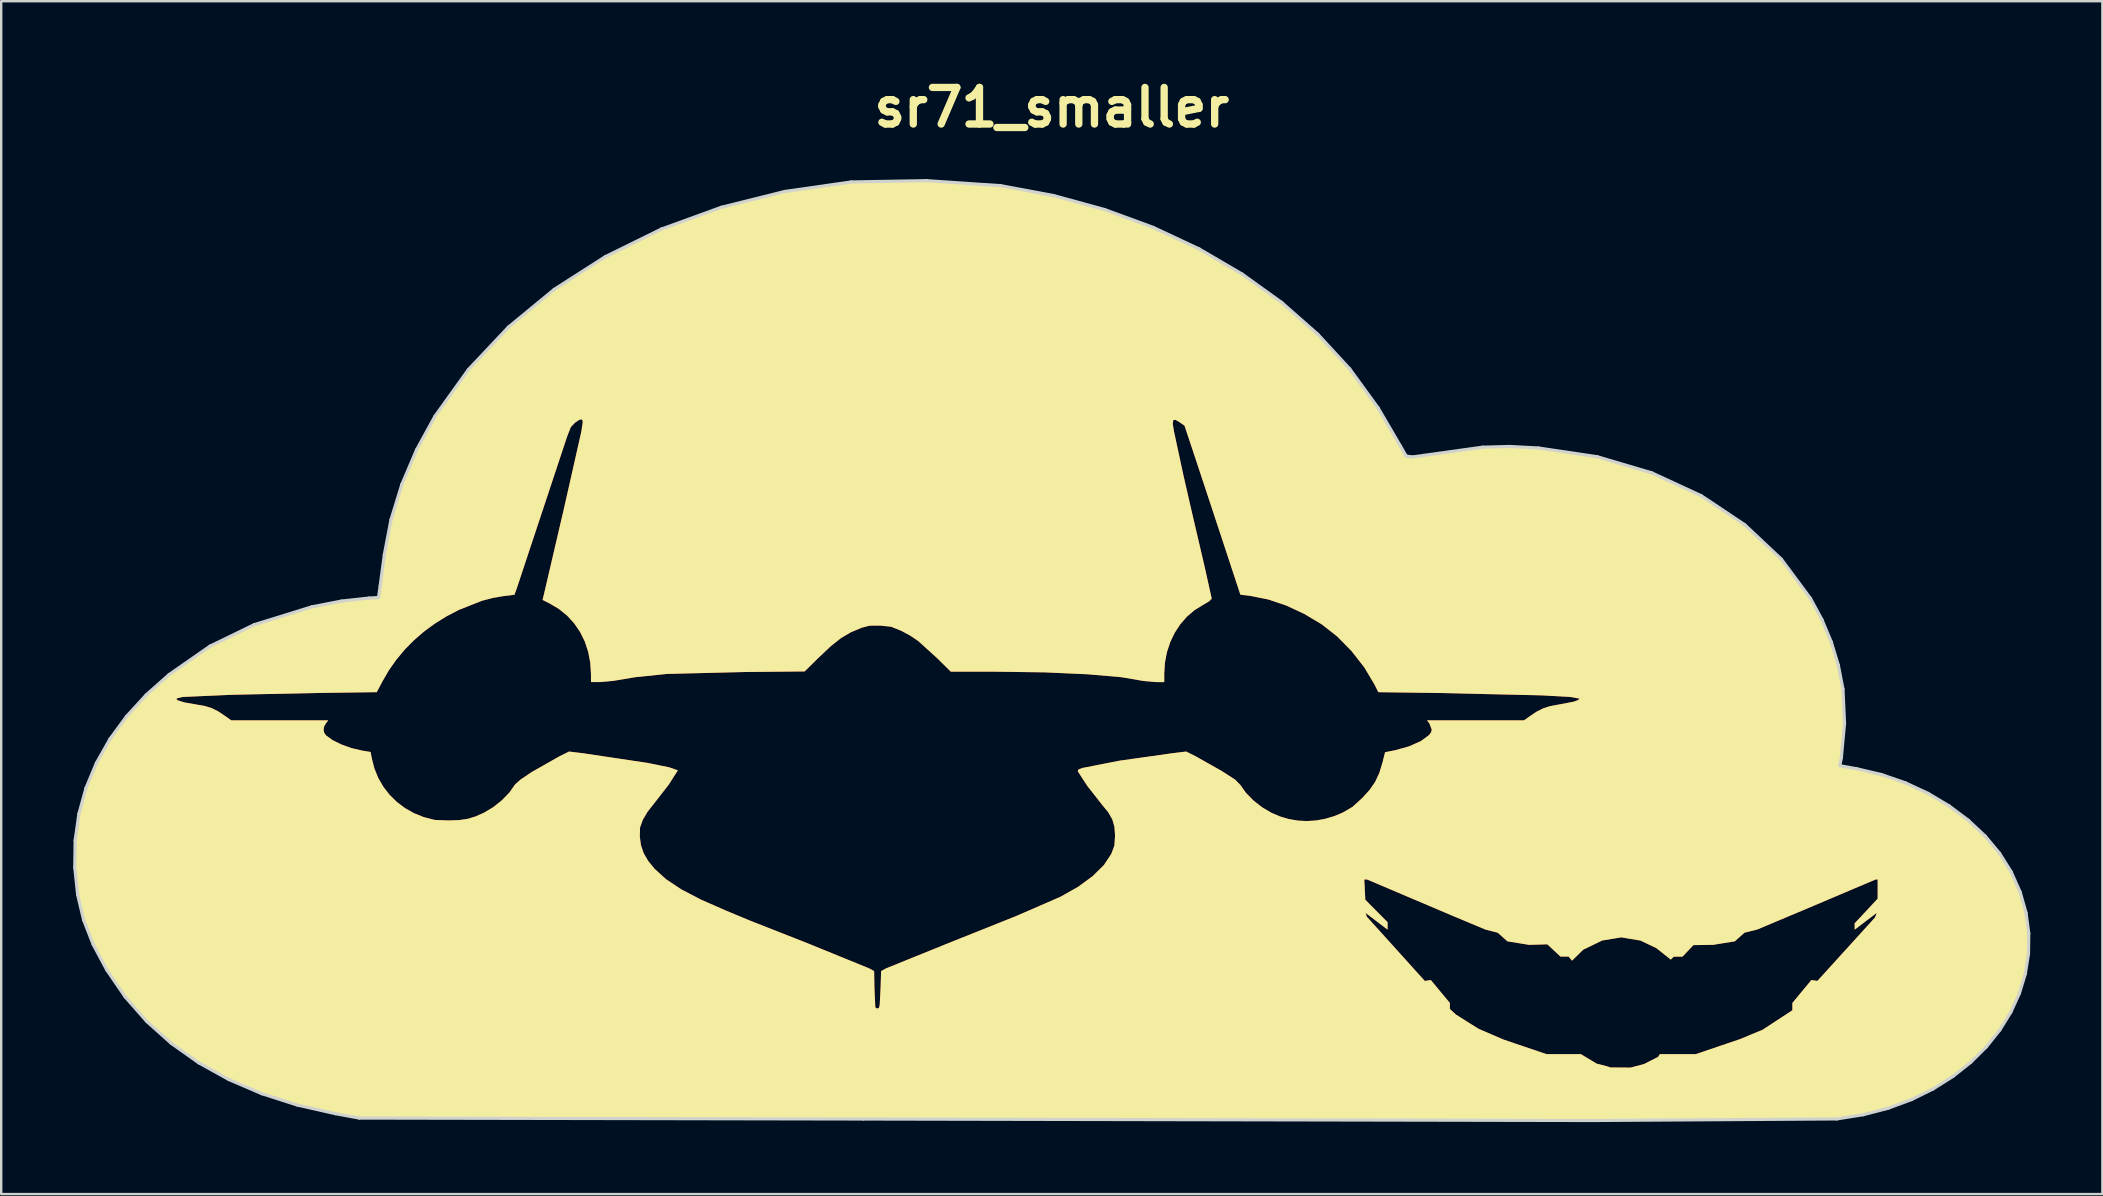
<source format=kicad_pcb>
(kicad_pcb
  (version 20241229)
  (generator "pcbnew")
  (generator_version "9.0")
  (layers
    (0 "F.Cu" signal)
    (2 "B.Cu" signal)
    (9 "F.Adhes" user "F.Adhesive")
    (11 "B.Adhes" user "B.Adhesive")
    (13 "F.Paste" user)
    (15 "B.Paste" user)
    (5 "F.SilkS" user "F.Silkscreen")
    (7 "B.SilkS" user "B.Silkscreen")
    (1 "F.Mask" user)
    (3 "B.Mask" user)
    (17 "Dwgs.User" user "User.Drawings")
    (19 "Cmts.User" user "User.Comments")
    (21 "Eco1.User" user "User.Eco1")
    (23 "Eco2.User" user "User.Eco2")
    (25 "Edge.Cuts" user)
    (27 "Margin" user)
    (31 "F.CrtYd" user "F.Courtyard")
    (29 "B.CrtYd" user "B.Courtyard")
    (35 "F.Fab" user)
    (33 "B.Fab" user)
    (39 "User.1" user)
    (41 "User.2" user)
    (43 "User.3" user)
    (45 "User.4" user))
  (footprint "sr71_smaller"
    (layer "F.Cu")
    (at 40.764 24.051)
    (property "Reference" "sr71_smaller" (at 0 -22.624 0) (layer "F.SilkS") (effects (font (size 1.524 1.524) (thickness 0.305))))
    (attr smd)
    (fp_poly (pts (xy -5.223 -19.576) (xy -19.595 -9.635) (xy -19.595 -9.635) (xy -19.551 -9.599) (xy -19.539 -9.503) (xy -19.601 -9.107) (xy -20.326 -5.899) (xy -20.422 -5.489) (xy -21.145 -2.388) (xy -21.213 -2.109) (xy -20.916 -1.96) (xy -20.531 -1.732) (xy -20.191 -1.456) (xy -19.897 -1.136) (xy -19.651 -0.776) (xy -19.455 -0.38) (xy -19.313 0.049) (xy -19.225 0.506) (xy -19.195 0.988) (xy -19.195 1.313) (xy -18.821 1.313) (xy -18.278 1.264) (xy -17.352 1.109) (xy -16.035 0.973) (xy -12.779 0.893) (xy -10.294 0.869) (xy -9.74 0.321) (xy -9.216 -0.173) (xy -8.788 -0.515) (xy -8.381 -0.757) (xy -7.919 -0.952) (xy -7.588 -1.038) (xy -7.147 -1.041) (xy -6.686 -0.992) (xy -6.266 -0.821) (xy -5.896 -0.623) (xy -5.562 -0.396) (xy -4.766 0.325) (xy -4.207 0.879) (xy -2.306 0.88) (xy -0.285 0.908) (xy 1.495 0.988) (xy 2.906 1.11) (xy 3.817 1.266) (xy 4.335 1.313) (xy 4.685 1.314) (xy 4.685 0.956) (xy 4.714 0.501) (xy 4.799 0.061) (xy 4.937 -0.356) (xy 5.124 -0.745) (xy 5.356 -1.099) (xy 5.631 -1.414) (xy 5.945 -1.682) (xy 6.295 -1.898) (xy 6.563 -2.057) (xy 6.663 -2.164) (xy 6.368 -3.491) (xy 6.003 -5.054) (xy 5.868 -5.633) (xy 5.728 -6.236) (xy 5.48 -7.322) (xy 5.087 -9.146) (xy 5.041 -9.447) (xy 5.058 -9.597) (xy 5.149 -9.614) (xy 5.324 -9.512) (xy 5.529 -9.368) (xy 5.994 -7.971) (xy 7.157 -4.451) (xy 7.856 -2.328) (xy 8.309 -2.271) (xy 9.025 -2.127) (xy 9.769 -1.876) (xy 10.517 -1.527) (xy 11.246 -1.092) (xy 11.885 -0.591) (xy 12.487 0.021) (xy 13.019 0.702) (xy 13.442 1.412) (xy 13.604 1.734) (xy 16.104 1.767) (xy 20.421 1.866) (xy 21.596 1.932) (xy 21.992 2.003) (xy 21.917 2.066) (xy 21.741 2.129) (xy 21.106 2.25) (xy 20.758 2.313) (xy 20.468 2.407) (xy 20.187 2.55) (xy 19.87 2.764) (xy 19.674 2.906) (xy 17.651 2.906) (xy 15.629 2.906) (xy 15.729 3.033) (xy 15.829 3.294) (xy 15.797 3.409) (xy 15.705 3.529) (xy 15.372 3.771) (xy 14.885 3.989) (xy 14.3 4.151) (xy 13.883 4.235) (xy 13.776 4.663) (xy 13.644 5.097) (xy 13.474 5.462) (xy 13.245 5.797) (xy 12.934 6.141) (xy 12.524 6.513) (xy 12.114 6.752) (xy 11.746 6.904) (xy 11.372 7.013) (xy 10.994 7.079) (xy 10.616 7.102) (xy 10.24 7.081) (xy 9.869 7.017) (xy 9.505 6.909) (xy 9.151 6.758) (xy 8.761 6.527) (xy 8.398 6.242) (xy 8.089 5.926) (xy 7.861 5.604) (xy 7.641 5.378) (xy 7.079 5.015) (xy 5.998 4.405) (xy 5.599 4.206) (xy 5.01 4.278) (xy 2.82 4.587) (xy 1.287 4.888) (xy 1.114 4.949) (xy 1.08 5.023) (xy 1.472 5.629) (xy 2.074 6.397) (xy 2.349 6.733) (xy 2.521 7.032) (xy 2.61 7.341) (xy 2.635 7.706) (xy 2.609 8.123) (xy 2.478 8.471) (xy 2.172 8.933) (xy 1.701 9.398) (xy 1.088 9.847) (xy 0.357 10.258) (xy -1.502 11.066) (xy -4.143 12.121) (xy -6.918 13.244) (xy -7.11 13.353) (xy -7.134 14.123) (xy -7.169 14.767) (xy -7.197 14.876) (xy -7.243 14.909) (xy -7.31 14.901) (xy -7.351 14.861) (xy -7.387 14.075) (xy -7.4 13.353) (xy -7.593 13.244) (xy -10.174 12.191) (xy -12.562 11.252) (xy -13.55 10.841) (xy -14.606 10.378) (xy -15.433 9.946) (xy -16.067 9.525) (xy -16.543 9.093) (xy -16.813 8.763) (xy -17 8.441) (xy -17.114 8.109) (xy -17.161 7.751) (xy -17.152 7.374) (xy -17.036 7.049) (xy -16.846 6.726) (xy -16.579 6.386) (xy -15.96 5.591) (xy -15.577 4.99) (xy -15.927 4.865) (xy -16.84 4.679) (xy -19.519 4.278) (xy -20.109 4.206) (xy -20.505 4.402) (xy -21.672 5.064) (xy -22.13 5.374) (xy -22.355 5.575) (xy -22.594 5.913) (xy -22.909 6.238) (xy -23.272 6.526) (xy -23.657 6.755) (xy -24.013 6.913) (xy -24.34 7.011) (xy -24.693 7.062) (xy -25.129 7.077) (xy -25.702 7.055) (xy -26.157 6.939) (xy -26.566 6.775) (xy -26.942 6.562) (xy -27.283 6.305) (xy -27.585 6.008) (xy -27.843 5.675) (xy -28.055 5.31) (xy -28.216 4.916) (xy -28.324 4.499) (xy -28.375 4.224) (xy -28.734 4.164) (xy -29.172 4.062) (xy -29.594 3.911) (xy -29.96 3.73) (xy -30.23 3.535) (xy -30.308 3.425) (xy -30.335 3.298) (xy -30.312 3.163) (xy -30.239 3.033) (xy -30.139 2.905) (xy -32.161 2.905) (xy -34.183 2.905) (xy -34.444 2.719) (xy -34.737 2.525) (xy -34.999 2.395) (xy -35.279 2.309) (xy -35.625 2.248) (xy -36.134 2.159) (xy -36.413 2.07) (xy -36.462 2.029) (xy -36.446 1.992) (xy -36.214 1.933) (xy -34.136 1.841) (xy -30.52 1.765) (xy -28.12 1.733) (xy -27.886 1.29) (xy -27.613 0.82) (xy -27.301 0.376) (xy -26.952 -0.042) (xy -26.567 -0.433) (xy -26.147 -0.795) (xy -25.694 -1.127) (xy -25.207 -1.429) (xy -24.689 -1.698) (xy -23.735 -2.075) (xy -23.279 -2.194) (xy -22.827 -2.271) (xy -22.383 -2.325) (xy -22.286 -2.592) (xy -20.192 -8.909) (xy -20.036 -9.308) (xy -19.853 -9.5) (xy -19.695 -9.603) (xy -19.595 -9.635) (xy -19.595 -9.635) (xy -19.595 -9.635) (xy -5.223 -19.576) (xy 33.05 10.074) (xy 34.319 9.536) (xy 34.361 9.535) (xy 34.403 9.535) (xy 34.403 9.935) (xy 34.403 10.335) (xy 33.924 10.849) (xy 33.445 11.362) (xy 33.445 11.494) (xy 33.445 11.627) (xy 33.906 11.276) (xy 34.367 10.925) (xy 34.329 11.022) (xy 34.292 11.119) (xy 33.093 12.44) (xy 31.894 13.76) (xy 31.768 13.742) (xy 31.642 13.724) (xy 31.246 14.202) (xy 30.851 14.679) (xy 30.851 14.832) (xy 30.851 14.984) (xy 30.231 15.389) (xy 29.611 15.795) (xy 29.135 15.992) (xy 28.66 16.189) (xy 27.745 16.499) (xy 26.831 16.81) (xy 26.08 16.81) (xy 25.331 16.81) (xy 25.295 16.867) (xy 25.259 16.925) (xy 24.967 17.073) (xy 24.675 17.222) (xy 24.393 17.297) (xy 24.111 17.372) (xy 23.688 17.369) (xy 23.689 17.369) (xy 23.266 17.365) (xy 23.209 17.344) (xy 23.153 17.324) (xy 22.926 17.265) (xy 22.699 17.207) (xy 22.369 17.008) (xy 22.039 16.81) (xy 21.321 16.81) (xy 20.603 16.81) (xy 19.707 16.506) (xy 18.811 16.201) (xy 18.292 15.977) (xy 17.774 15.754) (xy 17.305 15.459) (xy 16.836 15.162) (xy 16.71 15.046) (xy 16.583 14.929) (xy 16.583 14.804) (xy 16.583 14.679) (xy 16.187 14.202) (xy 15.791 13.724) (xy 15.665 13.743) (xy 15.539 13.762) (xy 14.332 12.424) (xy 13.124 11.086) (xy 13.098 11.007) (xy 13.071 10.928) (xy 13.53 11.277) (xy 13.989 11.626) (xy 13.989 11.47) (xy 13.989 11.314) (xy 13.525 10.847) (xy 13.061 10.38) (xy 13.039 9.958) (xy 13.018 9.535) (xy 13.018 9.535) (xy 13.074 9.535) (xy 13.132 9.535) (xy 14.871 10.274) (xy 16.611 11.013) (xy 17.343 11.32) (xy 18.075 11.626) (xy 18.326 11.689) (xy 18.577 11.753) (xy 18.778 11.932) (xy 18.979 12.112) (xy 19.431 12.185) (xy 19.882 12.259) (xy 20.263 12.248) (xy 20.643 12.237) (xy 20.917 12.493) (xy 21.191 12.749) (xy 21.361 12.749) (xy 21.532 12.749) (xy 21.602 12.834) (xy 21.672 12.918) (xy 21.905 12.69) (xy 22.137 12.461) (xy 22.532 12.27) (xy 22.927 12.078) (xy 23.327 12.012) (xy 23.726 11.947) (xy 24.125 12.014) (xy 24.523 12.081) (xy 24.853 12.238) (xy 25.183 12.395) (xy 25.485 12.634) (xy 25.786 12.874) (xy 25.848 12.812) (xy 25.91 12.75) (xy 26.092 12.75) (xy 26.274 12.75) (xy 26.502 12.51) (xy 26.73 12.27) (xy 27.141 12.264) (xy 27.552 12.258) (xy 28.003 12.185) (xy 28.454 12.112) (xy 28.655 11.932) (xy 28.856 11.753) (xy 29.123 11.686) (xy 29.39 11.619) (xy 30.586 11.116) (xy 31.781 10.613) (xy 33.05 10.074) (xy -5.223 -19.576) (xy -8.358 -19.521) (xy -11.124 -19.125) (xy -13.768 -18.466) (xy -16.266 -17.558) (xy -18.593 -16.413) (xy -20.725 -15.048) (xy -22.635 -13.475) (xy -24.3 -11.708) (xy -25.694 -9.762) (xy -26.46 -8.365) (xy -27.075 -6.92) (xy -27.526 -5.454) (xy -27.804 -3.998) (xy -27.978 -2.692) (xy -28.046 -2.21) (xy -28.447 -2.187) (xy -29.584 -2.063) (xy -30.816 -1.825) (xy -33.222 -1.081) (xy -35.064 -0.187) (xy -36.77 1) (xy -37.717 1.839) (xy -38.54 2.738) (xy -39.236 3.689) (xy -39.8 4.687) (xy -40.232 5.727) (xy -40.527 6.801) (xy -40.684 7.905) (xy -40.699 9.034) (xy -40.58 10.172) (xy -40.331 11.222) (xy -39.932 12.245) (xy -39.363 13.308) (xy -38.597 14.429) (xy -37.701 15.448) (xy -36.68 16.362) (xy -35.538 17.171) (xy -34.278 17.871) (xy -32.904 18.46) (xy -31.42 18.935) (xy -29.829 19.294) (xy -28.848 19.474) (xy -7.847 19.514) (xy 22.527 19.576) (xy 32.702 19.51) (xy 33.804 19.335) (xy 34.846 19.063) (xy 35.819 18.701) (xy 36.72 18.256) (xy 37.543 17.737) (xy 38.283 17.15) (xy 38.935 16.504) (xy 39.493 15.805) (xy 39.953 15.06) (xy 40.309 14.278) (xy 40.555 13.466) (xy 40.687 12.631) (xy 40.699 11.781) (xy 40.585 10.923) (xy 40.342 10.064) (xy 39.963 9.213) (xy 39.482 8.445) (xy 38.882 7.727) (xy 38.177 7.065) (xy 37.38 6.47) (xy 36.506 5.949) (xy 35.565 5.512) (xy 34.573 5.168) (xy 33.542 4.925) (xy 32.828 4.796) (xy 32.891 4.465) (xy 33.024 3.035) (xy 32.959 1.605) (xy 32.765 0.606) (xy 32.472 -0.359) (xy 32.084 -1.286) (xy 31.605 -2.172) (xy 30.392 -3.809) (xy 28.866 -5.243) (xy 27.058 -6.449) (xy 25.001 -7.401) (xy 22.73 -8.073) (xy 20.274 -8.439) (xy 19.077 -8.503) (xy 17.95 -8.473) (xy 15.008 -8.065) (xy 14.76 -8.108) (xy 14.518 -8.529) (xy 13.598 -10.104) (xy 12.412 -11.735) (xy 11.079 -13.18) (xy 9.581 -14.498) (xy 7.931 -15.684) (xy 6.143 -16.73) (xy 4.23 -17.627) (xy 2.206 -18.37) (xy 0.086 -18.952) (xy -2.12 -19.365) (xy -5.223 -19.576)) (stroke (width 0) (type solid)) (fill yes) (layer "F.Cu"))
    (fp_poly (pts (xy -6.989 4.594) (xy -5.928 5.631) (xy -7.006 5.623) (xy -6.989 4.594) (xy -6.989 4.594)) (stroke (width 0) (type solid)) (fill yes) (layer "F.Mask"))
    (fp_poly (pts (xy -7.522 4.594) (xy -7.488 5.112) (xy -7.496 5.631) (xy -8.039 5.645) (xy -8.582 5.636) (xy -7.522 4.593) (xy -7.522 4.594)) (stroke (width 0) (type solid)) (fill yes) (layer "F.Mask"))
    (fp_poly (pts (xy -5.735 3.005) (xy -5.627 3.168) (xy -5.169 3.815) (xy -4.819 4.529) (xy -5.268 5.51) (xy -6.109 4.727) (xy -6.892 3.943) (xy -6.579 3.62) (xy -6.173 3.268) (xy -5.908 3.122) (xy -5.735 3.005)) (stroke (width 0) (type solid)) (fill yes) (layer "F.Mask"))
    (fp_poly (pts (xy -8.78 3.071) (xy -8.495 3.182) (xy -7.915 3.634) (xy -7.622 3.943) (xy -8.403 4.727) (xy -9.242 5.51) (xy -9.416 5.353) (xy -9.69 4.533) (xy -9.299 3.749) (xy -8.846 3.129) (xy -8.78 3.071) (xy -8.78 3.071)) (stroke (width 0) (type solid)) (fill yes) (layer "F.Mask"))
    (fp_poly (pts (xy 10.611 0.658) (xy 9.302 1.651) (xy 9.945 1.396) (xy 10.621 1.32) (xy 10.621 1.32) (xy 10.621 1.32) (xy 11.186 1.369) (xy 11.718 1.56) (xy 12.446 2.069) (xy 12.966 2.786) (xy 13.176 3.467) (xy 13.211 4.183) (xy 12.967 5.074) (xy 12.592 5.643) (xy 12.079 6.092) (xy 11.093 6.507) (xy 10.087 6.51) (xy 9.159 6.125) (xy 8.438 5.434) (xy 8.031 4.472) (xy 7.978 3.764) (xy 8.11 3.067) (xy 8.359 2.545) (xy 8.731 2.1) (xy 9.302 1.651) (xy 10.611 0.658) (xy 9.812 0.742) (xy 9.242 0.972) (xy 8.595 1.419) (xy 8.135 1.92) (xy 7.788 2.574) (xy 7.615 3.231) (xy 7.605 3.985) (xy 7.755 4.667) (xy 8.094 5.328) (xy 8.526 5.845) (xy 9.131 6.292) (xy 9.769 6.577) (xy 10.657 6.667) (xy 11.437 6.574) (xy 12.043 6.322) (xy 12.639 5.895) (xy 13.157 5.299) (xy 13.493 4.583) (xy 13.64 3.775) (xy 13.564 2.957) (xy 13.239 2.159) (xy 12.701 1.486) (xy 12.117 1.044) (xy 11.446 0.757) (xy 10.611 0.658) (xy 10.611 0.658) (xy 10.611 0.658)) (stroke (width 0) (type solid)) (fill yes) (layer "F.Mask"))
    (fp_poly (pts (xy -25.024 0.648) (xy -24.85 1.316) (xy -24.585 1.338) (xy -24.335 1.387) (xy -24.007 1.501) (xy -23.691 1.662) (xy -23.395 1.866) (xy -23.125 2.106) (xy -22.886 2.375) (xy -22.687 2.667) (xy -22.533 2.974) (xy -22.431 3.291) (xy -22.39 3.601) (xy -22.382 3.98) (xy -22.404 4.354) (xy -22.456 4.646) (xy -22.591 5.005) (xy -22.774 5.337) (xy -23.001 5.638) (xy -23.267 5.903) (xy -23.565 6.128) (xy -23.892 6.309) (xy -24.244 6.441) (xy -24.614 6.52) (xy -25.048 6.566) (xy -25.634 6.468) (xy -25.891 6.393) (xy -26.127 6.298) (xy -26.347 6.184) (xy -26.552 6.047) (xy -26.746 5.886) (xy -26.933 5.701) (xy -27.125 5.468) (xy -27.285 5.221) (xy -27.414 4.962) (xy -27.511 4.693) (xy -27.579 4.418) (xy -27.615 4.139) (xy -27.621 3.859) (xy -27.598 3.579) (xy -27.545 3.303) (xy -27.463 3.033) (xy -27.353 2.772) (xy -27.214 2.523) (xy -27.048 2.287) (xy -26.853 2.068) (xy -26.632 1.868) (xy -26.383 1.689) (xy -26.05 1.521) (xy -25.669 1.4) (xy -25.261 1.331) (xy -24.85 1.316) (xy -24.85 1.316) (xy -25.024 0.648) (xy -25.201 0.655) (xy -25.749 0.733) (xy -26.001 0.805) (xy -26.241 0.898) (xy -26.47 1.014) (xy -26.689 1.154) (xy -26.901 1.318) (xy -27.106 1.506) (xy -27.468 1.917) (xy -27.734 2.338) (xy -27.916 2.796) (xy -28.027 3.316) (xy -28.052 3.727) (xy -28.012 4.146) (xy -27.905 4.571) (xy -27.733 5.004) (xy -27.558 5.314) (xy -27.34 5.604) (xy -27.084 5.87) (xy -26.796 6.106) (xy -26.484 6.309) (xy -26.152 6.473) (xy -25.809 6.593) (xy -25.459 6.666) (xy -25.141 6.694) (xy -24.829 6.69) (xy -24.526 6.657) (xy -24.231 6.595) (xy -23.948 6.505) (xy -23.677 6.389) (xy -23.421 6.248) (xy -23.179 6.083) (xy -22.955 5.894) (xy -22.749 5.685) (xy -22.564 5.454) (xy -22.4 5.204) (xy -22.259 4.936) (xy -22.144 4.651) (xy -22.055 4.35) (xy -21.993 4.034) (xy -21.968 3.727) (xy -21.98 3.413) (xy -22.029 3.096) (xy -22.111 2.781) (xy -22.225 2.476) (xy -22.369 2.183) (xy -22.542 1.91) (xy -22.743 1.661) (xy -22.979 1.424) (xy -23.232 1.218) (xy -23.5 1.043) (xy -23.782 0.899) (xy -24.076 0.788) (xy -24.383 0.708) (xy -24.699 0.662) (xy -25.024 0.648)) (stroke (width 0) (type solid)) (fill yes) (layer "F.Mask"))
    (fp_poly (pts (xy -5.223 -19.576) (xy -19.595 -9.635) (xy -19.595 -9.635) (xy -19.551 -9.599) (xy -19.539 -9.503) (xy -19.601 -9.107) (xy -20.326 -5.899) (xy -20.422 -5.489) (xy -21.145 -2.388) (xy -21.213 -2.109) (xy -20.916 -1.96) (xy -20.531 -1.732) (xy -20.191 -1.456) (xy -19.897 -1.136) (xy -19.651 -0.776) (xy -19.455 -0.38) (xy -19.313 0.049) (xy -19.225 0.506) (xy -19.195 0.988) (xy -19.195 1.313) (xy -18.821 1.313) (xy -18.278 1.264) (xy -17.352 1.109) (xy -16.035 0.973) (xy -12.779 0.893) (xy -10.294 0.869) (xy -9.74 0.321) (xy -9.216 -0.173) (xy -8.788 -0.515) (xy -8.381 -0.757) (xy -7.919 -0.952) (xy -7.588 -1.038) (xy -7.147 -1.041) (xy -6.686 -0.992) (xy -6.266 -0.821) (xy -5.896 -0.623) (xy -5.562 -0.396) (xy -4.766 0.325) (xy -4.207 0.879) (xy -2.306 0.88) (xy -0.285 0.908) (xy 1.495 0.988) (xy 2.906 1.11) (xy 3.817 1.266) (xy 4.335 1.313) (xy 4.685 1.314) (xy 4.685 0.956) (xy 4.714 0.501) (xy 4.799 0.061) (xy 4.937 -0.356) (xy 5.124 -0.745) (xy 5.356 -1.099) (xy 5.631 -1.414) (xy 5.945 -1.682) (xy 6.295 -1.898) (xy 6.563 -2.057) (xy 6.663 -2.164) (xy 6.368 -3.491) (xy 6.003 -5.054) (xy 5.868 -5.633) (xy 5.728 -6.236) (xy 5.48 -7.322) (xy 5.087 -9.146) (xy 5.041 -9.447) (xy 5.058 -9.597) (xy 5.149 -9.614) (xy 5.324 -9.512) (xy 5.529 -9.368) (xy 5.994 -7.971) (xy 7.157 -4.451) (xy 7.856 -2.328) (xy 8.309 -2.271) (xy 9.025 -2.127) (xy 9.769 -1.876) (xy 10.517 -1.527) (xy 11.246 -1.092) (xy 11.885 -0.591) (xy 12.487 0.021) (xy 13.019 0.702) (xy 13.442 1.412) (xy 13.604 1.734) (xy 16.104 1.767) (xy 20.421 1.866) (xy 21.596 1.932) (xy 21.992 2.003) (xy 21.917 2.066) (xy 21.741 2.129) (xy 21.106 2.25) (xy 20.758 2.313) (xy 20.468 2.407) (xy 20.187 2.55) (xy 19.87 2.764) (xy 19.674 2.906) (xy 17.651 2.906) (xy 15.629 2.906) (xy 15.729 3.033) (xy 15.829 3.294) (xy 15.797 3.409) (xy 15.705 3.529) (xy 15.372 3.771) (xy 14.885 3.989) (xy 14.3 4.151) (xy 13.883 4.235) (xy 13.776 4.663) (xy 13.644 5.097) (xy 13.474 5.462) (xy 13.245 5.797) (xy 12.934 6.141) (xy 12.524 6.513) (xy 12.114 6.752) (xy 11.746 6.904) (xy 11.372 7.013) (xy 10.994 7.079) (xy 10.616 7.102) (xy 10.24 7.081) (xy 9.869 7.017) (xy 9.505 6.909) (xy 9.151 6.758) (xy 8.761 6.527) (xy 8.398 6.242) (xy 8.089 5.926) (xy 7.861 5.604) (xy 7.641 5.378) (xy 7.079 5.015) (xy 5.998 4.405) (xy 5.599 4.206) (xy 5.01 4.278) (xy 2.82 4.587) (xy 1.287 4.888) (xy 1.114 4.949) (xy 1.08 5.023) (xy 1.472 5.629) (xy 2.074 6.397) (xy 2.349 6.733) (xy 2.521 7.032) (xy 2.61 7.341) (xy 2.635 7.706) (xy 2.609 8.123) (xy 2.478 8.471) (xy 2.172 8.933) (xy 1.701 9.398) (xy 1.088 9.847) (xy 0.357 10.258) (xy -1.502 11.066) (xy -4.143 12.121) (xy -6.918 13.244) (xy -7.11 13.353) (xy -7.134 14.123) (xy -7.169 14.767) (xy -7.197 14.876) (xy -7.243 14.909) (xy -7.31 14.901) (xy -7.351 14.861) (xy -7.387 14.075) (xy -7.4 13.353) (xy -7.593 13.244) (xy -10.174 12.191) (xy -12.562 11.252) (xy -13.55 10.841) (xy -14.606 10.378) (xy -15.433 9.946) (xy -16.067 9.525) (xy -16.543 9.093) (xy -16.813 8.763) (xy -17 8.441) (xy -17.114 8.109) (xy -17.161 7.751) (xy -17.152 7.374) (xy -17.036 7.049) (xy -16.846 6.726) (xy -16.579 6.386) (xy -15.96 5.591) (xy -15.577 4.99) (xy -15.927 4.865) (xy -16.84 4.679) (xy -19.519 4.278) (xy -20.109 4.206) (xy -20.505 4.402) (xy -21.672 5.064) (xy -22.13 5.374) (xy -22.355 5.575) (xy -22.594 5.913) (xy -22.909 6.238) (xy -23.272 6.526) (xy -23.657 6.755) (xy -24.013 6.913) (xy -24.34 7.011) (xy -24.693 7.062) (xy -25.129 7.077) (xy -25.702 7.055) (xy -26.157 6.939) (xy -26.566 6.775) (xy -26.942 6.562) (xy -27.283 6.305) (xy -27.585 6.008) (xy -27.843 5.675) (xy -28.055 5.31) (xy -28.216 4.916) (xy -28.324 4.499) (xy -28.375 4.224) (xy -28.734 4.164) (xy -29.172 4.062) (xy -29.594 3.911) (xy -29.96 3.73) (xy -30.23 3.535) (xy -30.308 3.425) (xy -30.335 3.298) (xy -30.312 3.163) (xy -30.239 3.033) (xy -30.139 2.905) (xy -32.161 2.905) (xy -34.183 2.905) (xy -34.444 2.719) (xy -34.737 2.525) (xy -34.999 2.395) (xy -35.279 2.309) (xy -35.625 2.248) (xy -36.134 2.159) (xy -36.413 2.07) (xy -36.462 2.029) (xy -36.446 1.992) (xy -36.214 1.933) (xy -34.136 1.841) (xy -30.52 1.765) (xy -28.12 1.733) (xy -27.886 1.29) (xy -27.613 0.82) (xy -27.301 0.376) (xy -26.952 -0.042) (xy -26.567 -0.433) (xy -26.147 -0.795) (xy -25.694 -1.127) (xy -25.207 -1.429) (xy -24.689 -1.698) (xy -23.735 -2.075) (xy -23.279 -2.194) (xy -22.827 -2.271) (xy -22.383 -2.325) (xy -22.286 -2.592) (xy -20.192 -8.909) (xy -20.036 -9.308) (xy -19.853 -9.5) (xy -19.695 -9.603) (xy -19.595 -9.635) (xy -19.595 -9.635) (xy -19.595 -9.635) (xy -5.223 -19.576) (xy 33.05 10.074) (xy 34.319 9.536) (xy 34.361 9.535) (xy 34.403 9.535) (xy 34.403 9.935) (xy 34.403 10.335) (xy 33.924 10.849) (xy 33.445 11.362) (xy 33.445 11.494) (xy 33.445 11.627) (xy 33.906 11.276) (xy 34.367 10.925) (xy 34.329 11.022) (xy 34.292 11.119) (xy 33.093 12.44) (xy 31.894 13.76) (xy 31.768 13.742) (xy 31.642 13.724) (xy 31.246 14.202) (xy 30.851 14.679) (xy 30.851 14.832) (xy 30.851 14.984) (xy 30.231 15.389) (xy 29.611 15.795) (xy 29.135 15.992) (xy 28.66 16.189) (xy 27.745 16.499) (xy 26.831 16.81) (xy 26.08 16.81) (xy 25.331 16.81) (xy 25.295 16.867) (xy 25.259 16.925) (xy 24.967 17.073) (xy 24.675 17.222) (xy 24.393 17.297) (xy 24.111 17.372) (xy 23.688 17.369) (xy 23.689 17.369) (xy 23.266 17.365) (xy 23.209 17.344) (xy 23.153 17.324) (xy 22.926 17.265) (xy 22.699 17.207) (xy 22.369 17.008) (xy 22.039 16.81) (xy 21.321 16.81) (xy 20.603 16.81) (xy 19.707 16.506) (xy 18.811 16.201) (xy 18.292 15.977) (xy 17.774 15.754) (xy 17.305 15.459) (xy 16.836 15.162) (xy 16.71 15.046) (xy 16.583 14.929) (xy 16.583 14.804) (xy 16.583 14.679) (xy 16.187 14.202) (xy 15.791 13.724) (xy 15.665 13.743) (xy 15.539 13.762) (xy 14.332 12.424) (xy 13.124 11.086) (xy 13.098 11.007) (xy 13.071 10.928) (xy 13.53 11.277) (xy 13.989 11.626) (xy 13.989 11.47) (xy 13.989 11.314) (xy 13.525 10.847) (xy 13.061 10.38) (xy 13.039 9.958) (xy 13.018 9.535) (xy 13.018 9.535) (xy 13.074 9.535) (xy 13.132 9.535) (xy 14.871 10.274) (xy 16.611 11.013) (xy 17.343 11.32) (xy 18.075 11.626) (xy 18.326 11.689) (xy 18.577 11.753) (xy 18.778 11.932) (xy 18.979 12.112) (xy 19.431 12.185) (xy 19.882 12.259) (xy 20.263 12.248) (xy 20.643 12.237) (xy 20.917 12.493) (xy 21.191 12.749) (xy 21.361 12.749) (xy 21.532 12.749) (xy 21.602 12.834) (xy 21.672 12.918) (xy 21.905 12.69) (xy 22.137 12.461) (xy 22.532 12.27) (xy 22.927 12.078) (xy 23.327 12.012) (xy 23.726 11.947) (xy 24.125 12.014) (xy 24.523 12.081) (xy 24.853 12.238) (xy 25.183 12.395) (xy 25.485 12.634) (xy 25.786 12.874) (xy 25.848 12.812) (xy 25.91 12.75) (xy 26.092 12.75) (xy 26.274 12.75) (xy 26.502 12.51) (xy 26.73 12.27) (xy 27.141 12.264) (xy 27.552 12.258) (xy 28.003 12.185) (xy 28.454 12.112) (xy 28.655 11.932) (xy 28.856 11.753) (xy 29.123 11.686) (xy 29.39 11.619) (xy 30.586 11.116) (xy 31.781 10.613) (xy 33.05 10.074) (xy -5.223 -19.576) (xy -8.358 -19.521) (xy -11.124 -19.125) (xy -13.768 -18.466) (xy -16.266 -17.558) (xy -18.593 -16.413) (xy -20.725 -15.048) (xy -22.635 -13.475) (xy -24.3 -11.708) (xy -25.694 -9.762) (xy -26.46 -8.365) (xy -27.075 -6.92) (xy -27.526 -5.454) (xy -27.804 -3.998) (xy -27.978 -2.692) (xy -28.046 -2.21) (xy -28.447 -2.187) (xy -29.584 -2.063) (xy -30.816 -1.825) (xy -33.222 -1.081) (xy -35.064 -0.187) (xy -36.77 1) (xy -37.717 1.839) (xy -38.54 2.738) (xy -39.236 3.689) (xy -39.8 4.687) (xy -40.232 5.727) (xy -40.527 6.801) (xy -40.684 7.905) (xy -40.699 9.034) (xy -40.58 10.172) (xy -40.331 11.222) (xy -39.932 12.245) (xy -39.363 13.308) (xy -38.597 14.429) (xy -37.701 15.448) (xy -36.68 16.362) (xy -35.538 17.171) (xy -34.278 17.871) (xy -32.904 18.46) (xy -31.42 18.935) (xy -29.829 19.294) (xy -28.848 19.474) (xy -7.847 19.514) (xy 22.527 19.576) (xy 32.702 19.51) (xy 33.804 19.335) (xy 34.846 19.063) (xy 35.819 18.701) (xy 36.72 18.256) (xy 37.543 17.737) (xy 38.283 17.15) (xy 38.935 16.504) (xy 39.493 15.805) (xy 39.953 15.06) (xy 40.309 14.278) (xy 40.555 13.466) (xy 40.687 12.631) (xy 40.699 11.781) (xy 40.585 10.923) (xy 40.342 10.064) (xy 39.963 9.213) (xy 39.482 8.445) (xy 38.882 7.727) (xy 38.177 7.065) (xy 37.38 6.47) (xy 36.506 5.949) (xy 35.565 5.512) (xy 34.573 5.168) (xy 33.542 4.925) (xy 32.828 4.796) (xy 32.891 4.465) (xy 33.024 3.035) (xy 32.959 1.605) (xy 32.765 0.606) (xy 32.472 -0.359) (xy 32.084 -1.286) (xy 31.605 -2.172) (xy 30.392 -3.809) (xy 28.866 -5.243) (xy 27.058 -6.449) (xy 25.001 -7.401) (xy 22.73 -8.073) (xy 20.274 -8.439) (xy 19.077 -8.503) (xy 17.95 -8.473) (xy 15.008 -8.065) (xy 14.76 -8.108) (xy 14.518 -8.529) (xy 13.598 -10.104) (xy 12.412 -11.735) (xy 11.079 -13.18) (xy 9.581 -14.498) (xy 7.931 -15.684) (xy 6.143 -16.73) (xy 4.23 -17.627) (xy 2.206 -18.37) (xy 0.086 -18.952) (xy -2.12 -19.365) (xy -5.223 -19.576)) (stroke (width 0) (type solid)) (fill yes) (layer "F.SilkS"))
    (fp_line (start -40.699 9.034) (end -40.58 10.172) (stroke (width 0.131) (type solid)) (layer "Edge.Cuts"))
    (fp_line (start -40.684 7.905) (end -40.699 9.034) (stroke (width 0.131) (type solid)) (layer "Edge.Cuts"))
    (fp_line (start -40.58 10.172) (end -40.331 11.222) (stroke (width 0.131) (type solid)) (layer "Edge.Cuts"))
    (fp_line (start -40.527 6.801) (end -40.684 7.905) (stroke (width 0.131) (type solid)) (layer "Edge.Cuts"))
    (fp_line (start -40.331 11.222) (end -39.932 12.245) (stroke (width 0.131) (type solid)) (layer "Edge.Cuts"))
    (fp_line (start -40.232 5.727) (end -40.527 6.801) (stroke (width 0.131) (type solid)) (layer "Edge.Cuts"))
    (fp_line (start -39.932 12.245) (end -39.363 13.308) (stroke (width 0.131) (type solid)) (layer "Edge.Cuts"))
    (fp_line (start -39.8 4.687) (end -40.232 5.727) (stroke (width 0.131) (type solid)) (layer "Edge.Cuts"))
    (fp_line (start -39.363 13.308) (end -38.597 14.429) (stroke (width 0.131) (type solid)) (layer "Edge.Cuts"))
    (fp_line (start -39.236 3.689) (end -39.8 4.687) (stroke (width 0.131) (type solid)) (layer "Edge.Cuts"))
    (fp_line (start -38.597 14.429) (end -37.701 15.448) (stroke (width 0.131) (type solid)) (layer "Edge.Cuts"))
    (fp_line (start -38.54 2.738) (end -39.236 3.689) (stroke (width 0.131) (type solid)) (layer "Edge.Cuts"))
    (fp_line (start -37.717 1.839) (end -38.54 2.738) (stroke (width 0.131) (type solid)) (layer "Edge.Cuts"))
    (fp_line (start -37.701 15.448) (end -36.68 16.362) (stroke (width 0.131) (type solid)) (layer "Edge.Cuts"))
    (fp_line (start -36.77 1) (end -37.717 1.839) (stroke (width 0.131) (type solid)) (layer "Edge.Cuts"))
    (fp_line (start -36.68 16.362) (end -35.538 17.171) (stroke (width 0.131) (type solid)) (layer "Edge.Cuts"))
    (fp_line (start -35.538 17.171) (end -34.278 17.871) (stroke (width 0.131) (type solid)) (layer "Edge.Cuts"))
    (fp_line (start -35.064 -0.187) (end -36.77 1) (stroke (width 0.131) (type solid)) (layer "Edge.Cuts"))
    (fp_line (start -34.278 17.871) (end -32.904 18.46) (stroke (width 0.131) (type solid)) (layer "Edge.Cuts"))
    (fp_line (start -33.222 -1.081) (end -35.064 -0.187) (stroke (width 0.131) (type solid)) (layer "Edge.Cuts"))
    (fp_line (start -32.904 18.46) (end -31.42 18.935) (stroke (width 0.131) (type solid)) (layer "Edge.Cuts"))
    (fp_line (start -31.42 18.935) (end -29.829 19.294) (stroke (width 0.131) (type solid)) (layer "Edge.Cuts"))
    (fp_line (start -30.816 -1.825) (end -33.222 -1.081) (stroke (width 0.131) (type solid)) (layer "Edge.Cuts"))
    (fp_line (start -29.829 19.294) (end -28.848 19.474) (stroke (width 0.131) (type solid)) (layer "Edge.Cuts"))
    (fp_line (start -29.584 -2.063) (end -30.816 -1.825) (stroke (width 0.131) (type solid)) (layer "Edge.Cuts"))
    (fp_line (start -28.848 19.474) (end -7.847 19.514) (stroke (width 0.131) (type solid)) (layer "Edge.Cuts"))
    (fp_line (start -28.447 -2.187) (end -29.584 -2.063) (stroke (width 0.131) (type solid)) (layer "Edge.Cuts"))
    (fp_line (start -28.046 -2.21) (end -28.447 -2.187) (stroke (width 0.131) (type solid)) (layer "Edge.Cuts"))
    (fp_line (start -27.978 -2.692) (end -28.046 -2.21) (stroke (width 0.131) (type solid)) (layer "Edge.Cuts"))
    (fp_line (start -27.804 -3.998) (end -27.978 -2.692) (stroke (width 0.131) (type solid)) (layer "Edge.Cuts"))
    (fp_line (start -27.526 -5.454) (end -27.804 -3.998) (stroke (width 0.131) (type solid)) (layer "Edge.Cuts"))
    (fp_line (start -27.075 -6.92) (end -27.526 -5.454) (stroke (width 0.131) (type solid)) (layer "Edge.Cuts"))
    (fp_line (start -26.46 -8.365) (end -27.075 -6.92) (stroke (width 0.131) (type solid)) (layer "Edge.Cuts"))
    (fp_line (start -25.694 -9.762) (end -26.46 -8.365) (stroke (width 0.131) (type solid)) (layer "Edge.Cuts"))
    (fp_line (start -24.3 -11.708) (end -25.694 -9.762) (stroke (width 0.131) (type solid)) (layer "Edge.Cuts"))
    (fp_line (start -22.635 -13.475) (end -24.3 -11.708) (stroke (width 0.131) (type solid)) (layer "Edge.Cuts"))
    (fp_line (start -20.725 -15.048) (end -22.635 -13.475) (stroke (width 0.131) (type solid)) (layer "Edge.Cuts"))
    (fp_line (start -18.593 -16.413) (end -20.725 -15.048) (stroke (width 0.131) (type solid)) (layer "Edge.Cuts"))
    (fp_line (start -16.266 -17.558) (end -18.593 -16.413) (stroke (width 0.131) (type solid)) (layer "Edge.Cuts"))
    (fp_line (start -13.768 -18.466) (end -16.266 -17.558) (stroke (width 0.131) (type solid)) (layer "Edge.Cuts"))
    (fp_line (start -11.124 -19.125) (end -13.768 -18.466) (stroke (width 0.131) (type solid)) (layer "Edge.Cuts"))
    (fp_line (start -8.358 -19.521) (end -11.124 -19.125) (stroke (width 0.131) (type solid)) (layer "Edge.Cuts"))
    (fp_line (start -7.847 19.514) (end 22.527 19.576) (stroke (width 0.131) (type solid)) (layer "Edge.Cuts"))
    (fp_line (start -5.223 -19.576) (end -8.358 -19.521) (stroke (width 0.131) (type solid)) (layer "Edge.Cuts"))
    (fp_line (start -2.12 -19.365) (end -5.223 -19.576) (stroke (width 0.131) (type solid)) (layer "Edge.Cuts"))
    (fp_line (start 0.086 -18.952) (end -2.12 -19.365) (stroke (width 0.131) (type solid)) (layer "Edge.Cuts"))
    (fp_line (start 2.206 -18.37) (end 0.086 -18.952) (stroke (width 0.131) (type solid)) (layer "Edge.Cuts"))
    (fp_line (start 4.23 -17.627) (end 2.206 -18.37) (stroke (width 0.131) (type solid)) (layer "Edge.Cuts"))
    (fp_line (start 6.143 -16.73) (end 4.23 -17.627) (stroke (width 0.131) (type solid)) (layer "Edge.Cuts"))
    (fp_line (start 7.931 -15.684) (end 6.143 -16.73) (stroke (width 0.131) (type solid)) (layer "Edge.Cuts"))
    (fp_line (start 9.581 -14.498) (end 7.931 -15.684) (stroke (width 0.131) (type solid)) (layer "Edge.Cuts"))
    (fp_line (start 11.079 -13.18) (end 9.581 -14.498) (stroke (width 0.131) (type solid)) (layer "Edge.Cuts"))
    (fp_line (start 12.412 -11.735) (end 11.079 -13.18) (stroke (width 0.131) (type solid)) (layer "Edge.Cuts"))
    (fp_line (start 13.598 -10.104) (end 12.412 -11.735) (stroke (width 0.131) (type solid)) (layer "Edge.Cuts"))
    (fp_line (start 14.518 -8.529) (end 13.598 -10.104) (stroke (width 0.131) (type solid)) (layer "Edge.Cuts"))
    (fp_line (start 14.76 -8.108) (end 14.518 -8.529) (stroke (width 0.131) (type solid)) (layer "Edge.Cuts"))
    (fp_line (start 15.008 -8.065) (end 14.76 -8.108) (stroke (width 0.131) (type solid)) (layer "Edge.Cuts"))
    (fp_line (start 17.95 -8.473) (end 15.008 -8.065) (stroke (width 0.131) (type solid)) (layer "Edge.Cuts"))
    (fp_line (start 19.077 -8.503) (end 17.95 -8.473) (stroke (width 0.131) (type solid)) (layer "Edge.Cuts"))
    (fp_line (start 20.274 -8.439) (end 19.077 -8.503) (stroke (width 0.131) (type solid)) (layer "Edge.Cuts"))
    (fp_line (start 22.527 19.576) (end 32.702 19.51) (stroke (width 0.131) (type solid)) (layer "Edge.Cuts"))
    (fp_line (start 22.73 -8.073) (end 20.274 -8.439) (stroke (width 0.131) (type solid)) (layer "Edge.Cuts"))
    (fp_line (start 25.001 -7.401) (end 22.73 -8.073) (stroke (width 0.131) (type solid)) (layer "Edge.Cuts"))
    (fp_line (start 27.058 -6.449) (end 25.001 -7.401) (stroke (width 0.131) (type solid)) (layer "Edge.Cuts"))
    (fp_line (start 28.866 -5.243) (end 27.058 -6.449) (stroke (width 0.131) (type solid)) (layer "Edge.Cuts"))
    (fp_line (start 30.392 -3.809) (end 28.866 -5.243) (stroke (width 0.131) (type solid)) (layer "Edge.Cuts"))
    (fp_line (start 31.605 -2.172) (end 30.392 -3.809) (stroke (width 0.131) (type solid)) (layer "Edge.Cuts"))
    (fp_line (start 32.084 -1.286) (end 31.605 -2.172) (stroke (width 0.131) (type solid)) (layer "Edge.Cuts"))
    (fp_line (start 32.472 -0.359) (end 32.084 -1.286) (stroke (width 0.131) (type solid)) (layer "Edge.Cuts"))
    (fp_line (start 32.702 19.51) (end 33.804 19.335) (stroke (width 0.131) (type solid)) (layer "Edge.Cuts"))
    (fp_line (start 32.765 0.606) (end 32.472 -0.359) (stroke (width 0.131) (type solid)) (layer "Edge.Cuts"))
    (fp_line (start 32.828 4.796) (end 32.891 4.465) (stroke (width 0.131) (type solid)) (layer "Edge.Cuts"))
    (fp_line (start 32.891 4.465) (end 33.024 3.035) (stroke (width 0.131) (type solid)) (layer "Edge.Cuts"))
    (fp_line (start 32.959 1.605) (end 32.765 0.606) (stroke (width 0.131) (type solid)) (layer "Edge.Cuts"))
    (fp_line (start 33.024 3.035) (end 32.959 1.605) (stroke (width 0.131) (type solid)) (layer "Edge.Cuts"))
    (fp_line (start 33.542 4.925) (end 32.828 4.796) (stroke (width 0.131) (type solid)) (layer "Edge.Cuts"))
    (fp_line (start 33.804 19.335) (end 34.846 19.063) (stroke (width 0.131) (type solid)) (layer "Edge.Cuts"))
    (fp_line (start 34.573 5.168) (end 33.542 4.925) (stroke (width 0.131) (type solid)) (layer "Edge.Cuts"))
    (fp_line (start 34.846 19.063) (end 35.819 18.701) (stroke (width 0.131) (type solid)) (layer "Edge.Cuts"))
    (fp_line (start 35.565 5.512) (end 34.573 5.168) (stroke (width 0.131) (type solid)) (layer "Edge.Cuts"))
    (fp_line (start 35.819 18.701) (end 36.72 18.256) (stroke (width 0.131) (type solid)) (layer "Edge.Cuts"))
    (fp_line (start 36.506 5.949) (end 35.565 5.512) (stroke (width 0.131) (type solid)) (layer "Edge.Cuts"))
    (fp_line (start 36.72 18.256) (end 37.543 17.737) (stroke (width 0.131) (type solid)) (layer "Edge.Cuts"))
    (fp_line (start 37.38 6.47) (end 36.506 5.949) (stroke (width 0.131) (type solid)) (layer "Edge.Cuts"))
    (fp_line (start 37.543 17.737) (end 38.283 17.15) (stroke (width 0.131) (type solid)) (layer "Edge.Cuts"))
    (fp_line (start 38.177 7.065) (end 37.38 6.47) (stroke (width 0.131) (type solid)) (layer "Edge.Cuts"))
    (fp_line (start 38.283 17.15) (end 38.935 16.504) (stroke (width 0.131) (type solid)) (layer "Edge.Cuts"))
    (fp_line (start 38.882 7.727) (end 38.177 7.065) (stroke (width 0.131) (type solid)) (layer "Edge.Cuts"))
    (fp_line (start 38.935 16.504) (end 39.493 15.805) (stroke (width 0.131) (type solid)) (layer "Edge.Cuts"))
    (fp_line (start 39.482 8.445) (end 38.882 7.727) (stroke (width 0.131) (type solid)) (layer "Edge.Cuts"))
    (fp_line (start 39.493 15.805) (end 39.953 15.06) (stroke (width 0.131) (type solid)) (layer "Edge.Cuts"))
    (fp_line (start 39.953 15.06) (end 40.309 14.278) (stroke (width 0.131) (type solid)) (layer "Edge.Cuts"))
    (fp_line (start 39.963 9.213) (end 39.482 8.445) (stroke (width 0.131) (type solid)) (layer "Edge.Cuts"))
    (fp_line (start 40.309 14.278) (end 40.555 13.466) (stroke (width 0.131) (type solid)) (layer "Edge.Cuts"))
    (fp_line (start 40.342 10.064) (end 39.963 9.213) (stroke (width 0.131) (type solid)) (layer "Edge.Cuts"))
    (fp_line (start 40.555 13.466) (end 40.687 12.631) (stroke (width 0.131) (type solid)) (layer "Edge.Cuts"))
    (fp_line (start 40.585 10.923) (end 40.342 10.064) (stroke (width 0.131) (type solid)) (layer "Edge.Cuts"))
    (fp_line (start 40.687 12.631) (end 40.699 11.781) (stroke (width 0.131) (type solid)) (layer "Edge.Cuts"))
    (fp_line (start 40.699 11.781) (end 40.585 10.923) (stroke (width 0.131) (type solid)) (layer "Edge.Cuts")))
  (gr_rect
    (start -3 -3)
    (end 84.528 46.692)
    (stroke (width 0.1) (type default))
    (fill no)
    (layer "Edge.Cuts")))
</source>
